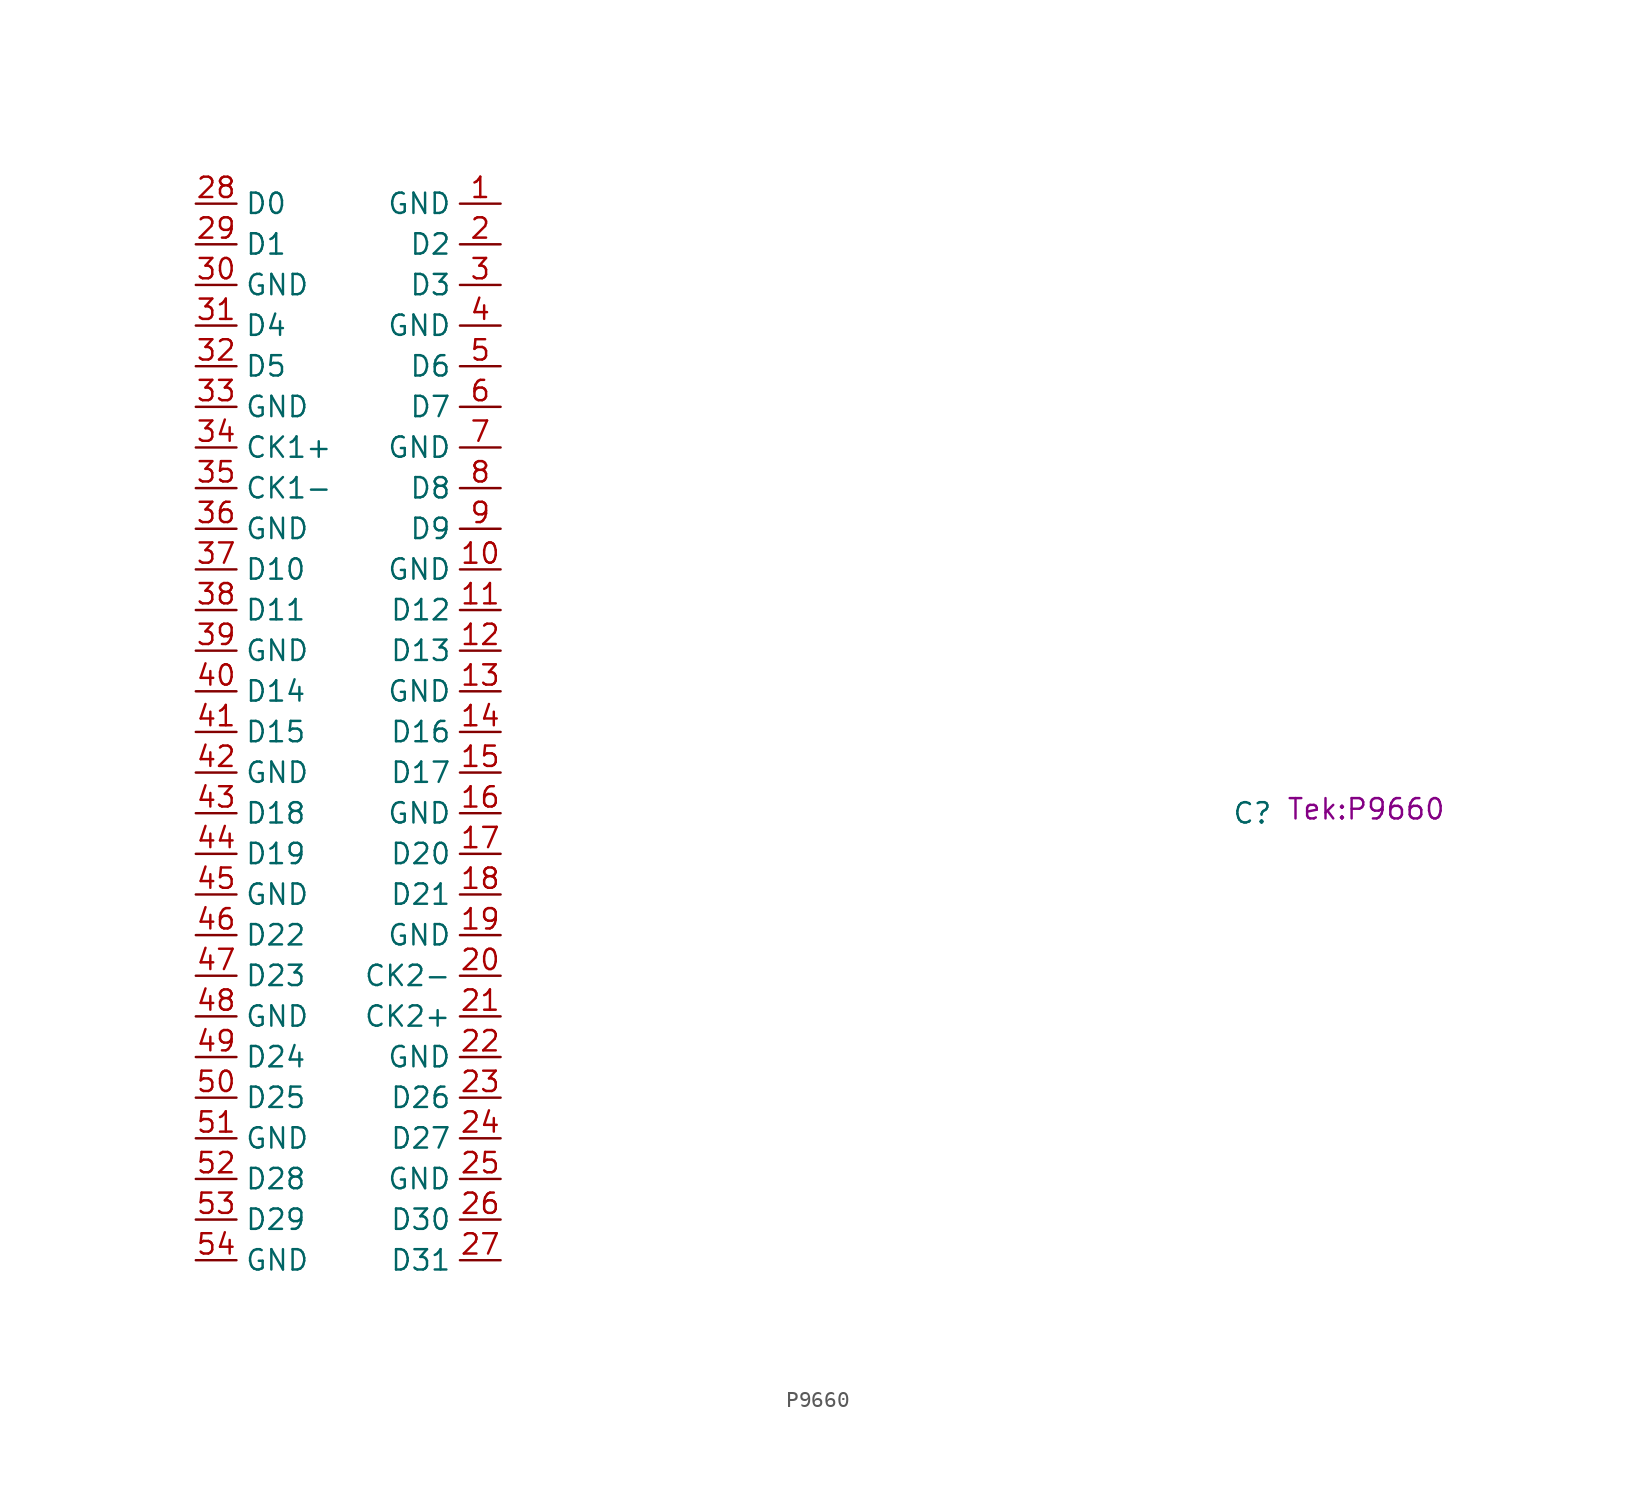
<source format=kicad_sym>
(kicad_symbol_lib
  (version 20231120)
  (generator "kicad_symbol_editor")
  (generator_version "8.0")
  (symbol "P9660"
    (property "Reference" "C"
      (at 50.8 0 0)
      (effects (font (size 1.27 1.27))))
    (property "Footprint" "Tek:P9660"
      (at 57.912 0.254 0)
      (effects (font (size 1.27 1.27))))
    (symbol "P9660_1_1"
      (pin input line (at 3.81 38.1 180) (length 2.54) (name "GND" (effects (font (size 1.27 1.27)))) (number "1" (effects (font (size 1.27 1.27)))))
      (pin input line (at 3.81 15.24 180) (length 2.54) (name "GND" (effects (font (size 1.27 1.27)))) (number "10" (effects (font (size 1.27 1.27)))))
      (pin input line (at 3.81 12.7 180) (length 2.54) (name "D12" (effects (font (size 1.27 1.27)))) (number "11" (effects (font (size 1.27 1.27)))))
      (pin input line (at 3.81 10.16 180) (length 2.54) (name "D13" (effects (font (size 1.27 1.27)))) (number "12" (effects (font (size 1.27 1.27)))))
      (pin input line (at 3.81 7.62 180) (length 2.54) (name "GND" (effects (font (size 1.27 1.27)))) (number "13" (effects (font (size 1.27 1.27)))))
      (pin input line (at 3.81 5.08 180) (length 2.54) (name "D16" (effects (font (size 1.27 1.27)))) (number "14" (effects (font (size 1.27 1.27)))))
      (pin input line (at 3.81 2.54 180) (length 2.54) (name "D17" (effects (font (size 1.27 1.27)))) (number "15" (effects (font (size 1.27 1.27)))))
      (pin input line (at 3.81 0 180) (length 2.54) (name "GND" (effects (font (size 1.27 1.27)))) (number "16" (effects (font (size 1.27 1.27)))))
      (pin input line (at 3.81 -2.54 180) (length 2.54) (name "D20" (effects (font (size 1.27 1.27)))) (number "17" (effects (font (size 1.27 1.27)))))
      (pin input line (at 3.81 -5.08 180) (length 2.54) (name "D21" (effects (font (size 1.27 1.27)))) (number "18" (effects (font (size 1.27 1.27)))))
      (pin input line (at 3.81 -7.62 180) (length 2.54) (name "GND" (effects (font (size 1.27 1.27)))) (number "19" (effects (font (size 1.27 1.27)))))
      (pin input line (at 3.81 35.56 180) (length 2.54) (name "D2" (effects (font (size 1.27 1.27)))) (number "2" (effects (font (size 1.27 1.27)))))
      (pin input line (at 3.81 -10.16 180) (length 2.54) (name "CK2-" (effects (font (size 1.27 1.27)))) (number "20" (effects (font (size 1.27 1.27)))))
      (pin input line (at 3.81 -12.7 180) (length 2.54) (name "CK2+" (effects (font (size 1.27 1.27)))) (number "21" (effects (font (size 1.27 1.27)))))
      (pin input line (at 3.81 -15.24 180) (length 2.54) (name "GND" (effects (font (size 1.27 1.27)))) (number "22" (effects (font (size 1.27 1.27)))))
      (pin input line (at 3.81 -17.78 180) (length 2.54) (name "D26" (effects (font (size 1.27 1.27)))) (number "23" (effects (font (size 1.27 1.27)))))
      (pin input line (at 3.81 -20.32 180) (length 2.54) (name "D27" (effects (font (size 1.27 1.27)))) (number "24" (effects (font (size 1.27 1.27)))))
      (pin input line (at 3.81 -22.86 180) (length 2.54) (name "GND" (effects (font (size 1.27 1.27)))) (number "25" (effects (font (size 1.27 1.27)))))
      (pin input line (at 3.81 -25.4 180) (length 2.54) (name "D30" (effects (font (size 1.27 1.27)))) (number "26" (effects (font (size 1.27 1.27)))))
      (pin input line (at 3.81 -27.94 180) (length 2.54) (name "D31" (effects (font (size 1.27 1.27)))) (number "27" (effects (font (size 1.27 1.27)))))
      (pin input line (at -15.24 38.1 0) (length 2.54) (name "D0" (effects (font (size 1.27 1.27)))) (number "28" (effects (font (size 1.27 1.27)))))
      (pin input line (at -15.24 35.56 0) (length 2.54) (name "D1" (effects (font (size 1.27 1.27)))) (number "29" (effects (font (size 1.27 1.27)))))
      (pin input line (at 3.81 33.02 180) (length 2.54) (name "D3" (effects (font (size 1.27 1.27)))) (number "3" (effects (font (size 1.27 1.27)))))
      (pin input line (at -15.24 33.02 0) (length 2.54) (name "GND" (effects (font (size 1.27 1.27)))) (number "30" (effects (font (size 1.27 1.27)))))
      (pin input line (at -15.24 30.48 0) (length 2.54) (name "D4" (effects (font (size 1.27 1.27)))) (number "31" (effects (font (size 1.27 1.27)))))
      (pin input line (at -15.24 27.94 0) (length 2.54) (name "D5" (effects (font (size 1.27 1.27)))) (number "32" (effects (font (size 1.27 1.27)))))
      (pin input line (at -15.24 25.4 0) (length 2.54) (name "GND" (effects (font (size 1.27 1.27)))) (number "33" (effects (font (size 1.27 1.27)))))
      (pin input line (at -15.24 22.86 0) (length 2.54) (name "CK1+" (effects (font (size 1.27 1.27)))) (number "34" (effects (font (size 1.27 1.27)))))
      (pin input line (at -15.24 20.32 0) (length 2.54) (name "CK1-" (effects (font (size 1.27 1.27)))) (number "35" (effects (font (size 1.27 1.27)))))
      (pin input line (at -15.24 17.78 0) (length 2.54) (name "GND" (effects (font (size 1.27 1.27)))) (number "36" (effects (font (size 1.27 1.27)))))
      (pin input line (at -15.24 15.24 0) (length 2.54) (name "D10" (effects (font (size 1.27 1.27)))) (number "37" (effects (font (size 1.27 1.27)))))
      (pin input line (at -15.24 12.7 0) (length 2.54) (name "D11" (effects (font (size 1.27 1.27)))) (number "38" (effects (font (size 1.27 1.27)))))
      (pin input line (at -15.24 10.16 0) (length 2.54) (name "GND" (effects (font (size 1.27 1.27)))) (number "39" (effects (font (size 1.27 1.27)))))
      (pin input line (at 3.81 30.48 180) (length 2.54) (name "GND" (effects (font (size 1.27 1.27)))) (number "4" (effects (font (size 1.27 1.27)))))
      (pin input line (at -15.24 7.62 0) (length 2.54) (name "D14" (effects (font (size 1.27 1.27)))) (number "40" (effects (font (size 1.27 1.27)))))
      (pin input line (at -15.24 5.08 0) (length 2.54) (name "D15" (effects (font (size 1.27 1.27)))) (number "41" (effects (font (size 1.27 1.27)))))
      (pin input line (at -15.24 2.54 0) (length 2.54) (name "GND" (effects (font (size 1.27 1.27)))) (number "42" (effects (font (size 1.27 1.27)))))
      (pin input line (at -15.24 0 0) (length 2.54) (name "D18" (effects (font (size 1.27 1.27)))) (number "43" (effects (font (size 1.27 1.27)))))
      (pin input line (at -15.24 -2.54 0) (length 2.54) (name "D19" (effects (font (size 1.27 1.27)))) (number "44" (effects (font (size 1.27 1.27)))))
      (pin input line (at -15.24 -5.08 0) (length 2.54) (name "GND" (effects (font (size 1.27 1.27)))) (number "45" (effects (font (size 1.27 1.27)))))
      (pin input line (at -15.24 -7.62 0) (length 2.54) (name "D22" (effects (font (size 1.27 1.27)))) (number "46" (effects (font (size 1.27 1.27)))))
      (pin input line (at -15.24 -10.16 0) (length 2.54) (name "D23" (effects (font (size 1.27 1.27)))) (number "47" (effects (font (size 1.27 1.27)))))
      (pin input line (at -15.24 -12.7 0) (length 2.54) (name "GND" (effects (font (size 1.27 1.27)))) (number "48" (effects (font (size 1.27 1.27)))))
      (pin input line (at -15.24 -15.24 0) (length 2.54) (name "D24" (effects (font (size 1.27 1.27)))) (number "49" (effects (font (size 1.27 1.27)))))
      (pin input line (at 3.81 27.94 180) (length 2.54) (name "D6" (effects (font (size 1.27 1.27)))) (number "5" (effects (font (size 1.27 1.27)))))
      (pin input line (at -15.24 -17.78 0) (length 2.54) (name "D25" (effects (font (size 1.27 1.27)))) (number "50" (effects (font (size 1.27 1.27)))))
      (pin input line (at -15.24 -20.32 0) (length 2.54) (name "GND" (effects (font (size 1.27 1.27)))) (number "51" (effects (font (size 1.27 1.27)))))
      (pin input line (at -15.24 -22.86 0) (length 2.54) (name "D28" (effects (font (size 1.27 1.27)))) (number "52" (effects (font (size 1.27 1.27)))))
      (pin input line (at -15.24 -25.4 0) (length 2.54) (name "D29" (effects (font (size 1.27 1.27)))) (number "53" (effects (font (size 1.27 1.27)))))
      (pin input line (at -15.24 -27.94 0) (length 2.54) (name "GND" (effects (font (size 1.27 1.27)))) (number "54" (effects (font (size 1.27 1.27)))))
      (pin input line (at 3.81 25.4 180) (length 2.54) (name "D7" (effects (font (size 1.27 1.27)))) (number "6" (effects (font (size 1.27 1.27)))))
      (pin input line (at 3.81 22.86 180) (length 2.54) (name "GND" (effects (font (size 1.27 1.27)))) (number "7" (effects (font (size 1.27 1.27)))))
      (pin input line (at 3.81 20.32 180) (length 2.54) (name "D8" (effects (font (size 1.27 1.27)))) (number "8" (effects (font (size 1.27 1.27)))))
      (pin input line (at 3.81 17.78 180) (length 2.54) (name "D9" (effects (font (size 1.27 1.27)))) (number "9" (effects (font (size 1.27 1.27))))))))
</source>
